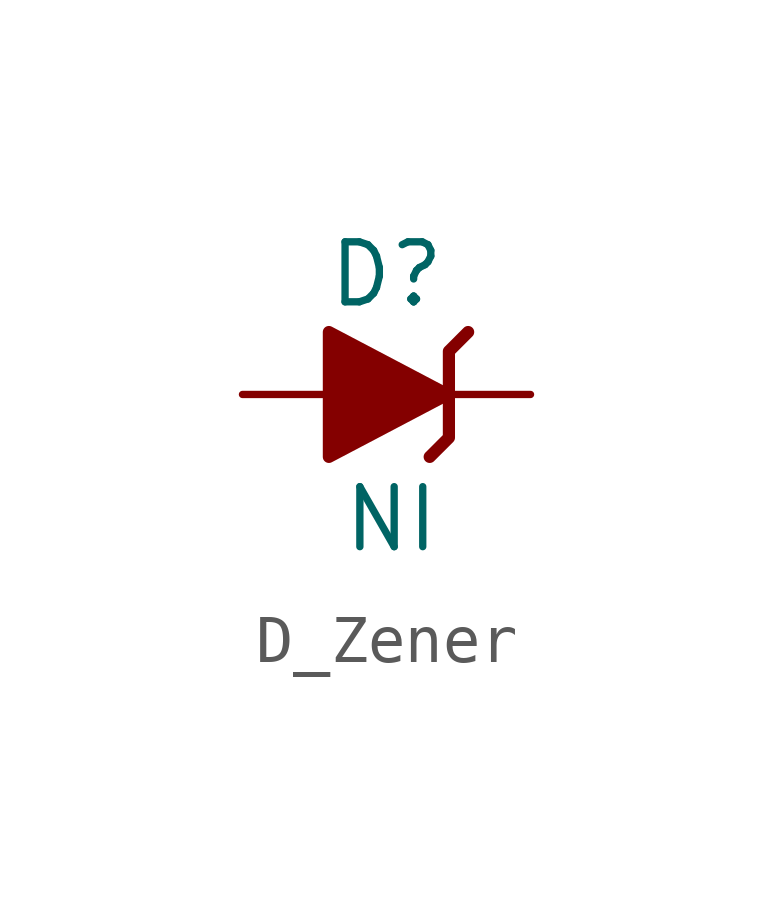
<source format=kicad_sym>
(kicad_symbol_lib
  (version 20241209)
  (generator "kicad_symbol_editor")
  (generator_version "9.0")
  (symbol "D_Zener"
    (pin_numbers
      (hide yes))
    (pin_names
      (offset 0)
      (hide yes))
    (property "Reference" "D"
      (at 3 2.5 0)
      (do_not_autoplace)
      (effects (font (size 1.25 1.25))))
    (property "Value" "NI"
      (at 3.1 -2.6 0)
      (do_not_autoplace)
      (effects (font (size 1.25 1.25))))
    (symbol "D_Zener_0_1"
      (polyline (pts (xy 1.73 0) (xy 4.27 0)) (stroke (width 0) (type default)) (fill (type none)))
      (polyline (pts (xy 1.8 1.3) (xy 1.8 -1.3) (xy 4.27 0) (xy 1.8 1.3)) (stroke (width 0.254) (type default)) (fill (type outline)))
      (polyline (pts (xy 4.7 1.3) (xy 4.3 0.9) (xy 4.3 -0.9) (xy 3.9 -1.3)) (stroke (width 0.254) (type default)) (fill (type none))))
    (symbol "D_Zener_1_1"
      (pin passive line (at 0 0 0) (length 2.54) (name "A" (effects (font (size 1.25 1.25)))) (number "A" (effects (font (size 1.25 1.25)))))
      (pin passive line (at 6 0 180) (length 2.54) (name "K" (effects (font (size 1.25 1.25)))) (number "K" (effects (font (size 1.25 1.25))))))))
</source>
